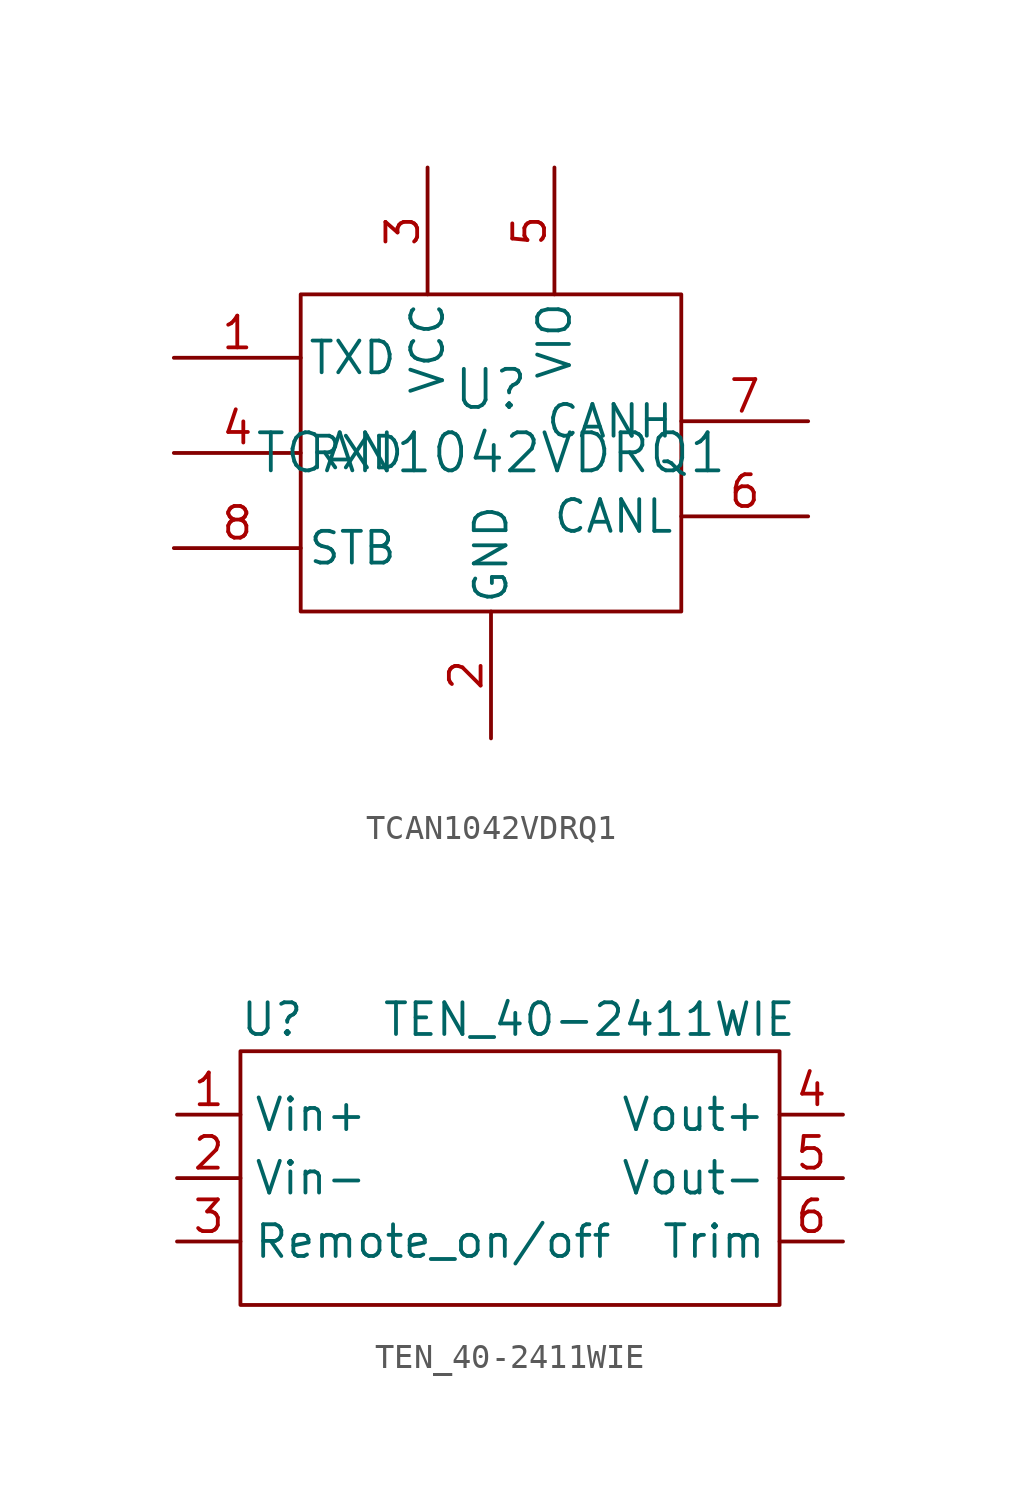
<source format=kicad_sym>
(kicad_symbol_lib
  (version 20231120)
  (generator "kicad_symbol_editor")
  (generator_version "8.0")
  (symbol "TCAN1042VDRQ1"
    (pin_names
      (offset 0.254))
    (property "Reference" "U"
      (at 0 2.54 0)
      (effects (font (size 1.524 1.524))))
    (property "Value" "TCAN1042VDRQ1"
      (at 0 0 0)
      (effects (font (size 1.524 1.524))))
    (symbol "TCAN1042VDRQ1_0_1"
      (pin input line (at -12.7 3.81 0) (length 5.08) (name "TXD" (effects (font (size 1.27 1.27)))) (number "1" (effects (font (size 1.27 1.27)))))
      (pin power_in line (at 0 -11.43 90) (length 5.08) (name "GND" (effects (font (size 1.27 1.27)))) (number "2" (effects (font (size 1.27 1.27)))))
      (pin power_in line (at -2.54 11.43 270) (length 5.08) (name "VCC" (effects (font (size 1.27 1.27)))) (number "3" (effects (font (size 1.27 1.27)))))
      (pin output line (at -12.7 0 0) (length 5.08) (name "RXD" (effects (font (size 1.27 1.27)))) (number "4" (effects (font (size 1.27 1.27)))))
      (pin power_in line (at 2.54 11.43 270) (length 5.08) (name "VIO" (effects (font (size 1.27 1.27)))) (number "5" (effects (font (size 1.27 1.27)))))
      (pin bidirectional line (at 12.7 -2.54 180) (length 5.08) (name "CANL" (effects (font (size 1.27 1.27)))) (number "6" (effects (font (size 1.27 1.27)))))
      (pin bidirectional line (at 12.7 1.27 180) (length 5.08) (name "CANH" (effects (font (size 1.27 1.27)))) (number "7" (effects (font (size 1.27 1.27)))))
      (pin input line (at -12.7 -3.81 0) (length 5.08) (name "STB" (effects (font (size 1.27 1.27)))) (number "8" (effects (font (size 1.27 1.27))))))
    (symbol "TCAN1042VDRQ1_1_1"
      (rectangle (start -7.62 6.35) (end 7.62 -6.35) (stroke (width 0) (type default)) (fill (type none)))))
  (symbol "TEN_40-2411WIE"
    (property "Reference" "U"
      (at -2.54 0 0)
      (effects (font (size 1.27 1.27))))
    (property "Value" "TEN_40-2411WIE"
      (at 10.16 0 0)
      (effects (font (size 1.27 1.27))))
    (symbol "TEN_40-2411WIE_0_1"
      (rectangle (start -3.81 -1.27) (end 17.78 -11.43) (stroke (width 0) (type default)) (fill (type none))))
    (symbol "TEN_40-2411WIE_1_1"
      (pin power_in line (at -6.35 -3.81 0) (length 2.54) (name "Vin+" (effects (font (size 1.27 1.27)))) (number "1" (effects (font (size 1.27 1.27)))))
      (pin power_in line (at -6.35 -6.35 0) (length 2.54) (name "Vin-" (effects (font (size 1.27 1.27)))) (number "2" (effects (font (size 1.27 1.27)))))
      (pin input line (at -6.35 -8.89 0) (length 2.54) (name "Remote_on/off" (effects (font (size 1.27 1.27)))) (number "3" (effects (font (size 1.27 1.27)))))
      (pin power_out line (at 20.32 -3.81 180) (length 2.54) (name "Vout+" (effects (font (size 1.27 1.27)))) (number "4" (effects (font (size 1.27 1.27)))))
      (pin power_out line (at 20.32 -6.35 180) (length 2.54) (name "Vout-" (effects (font (size 1.27 1.27)))) (number "5" (effects (font (size 1.27 1.27)))))
      (pin unspecified line (at 20.32 -8.89 180) (length 2.54) (name "Trim" (effects (font (size 1.27 1.27)))) (number "6" (effects (font (size 1.27 1.27))))))))
</source>
